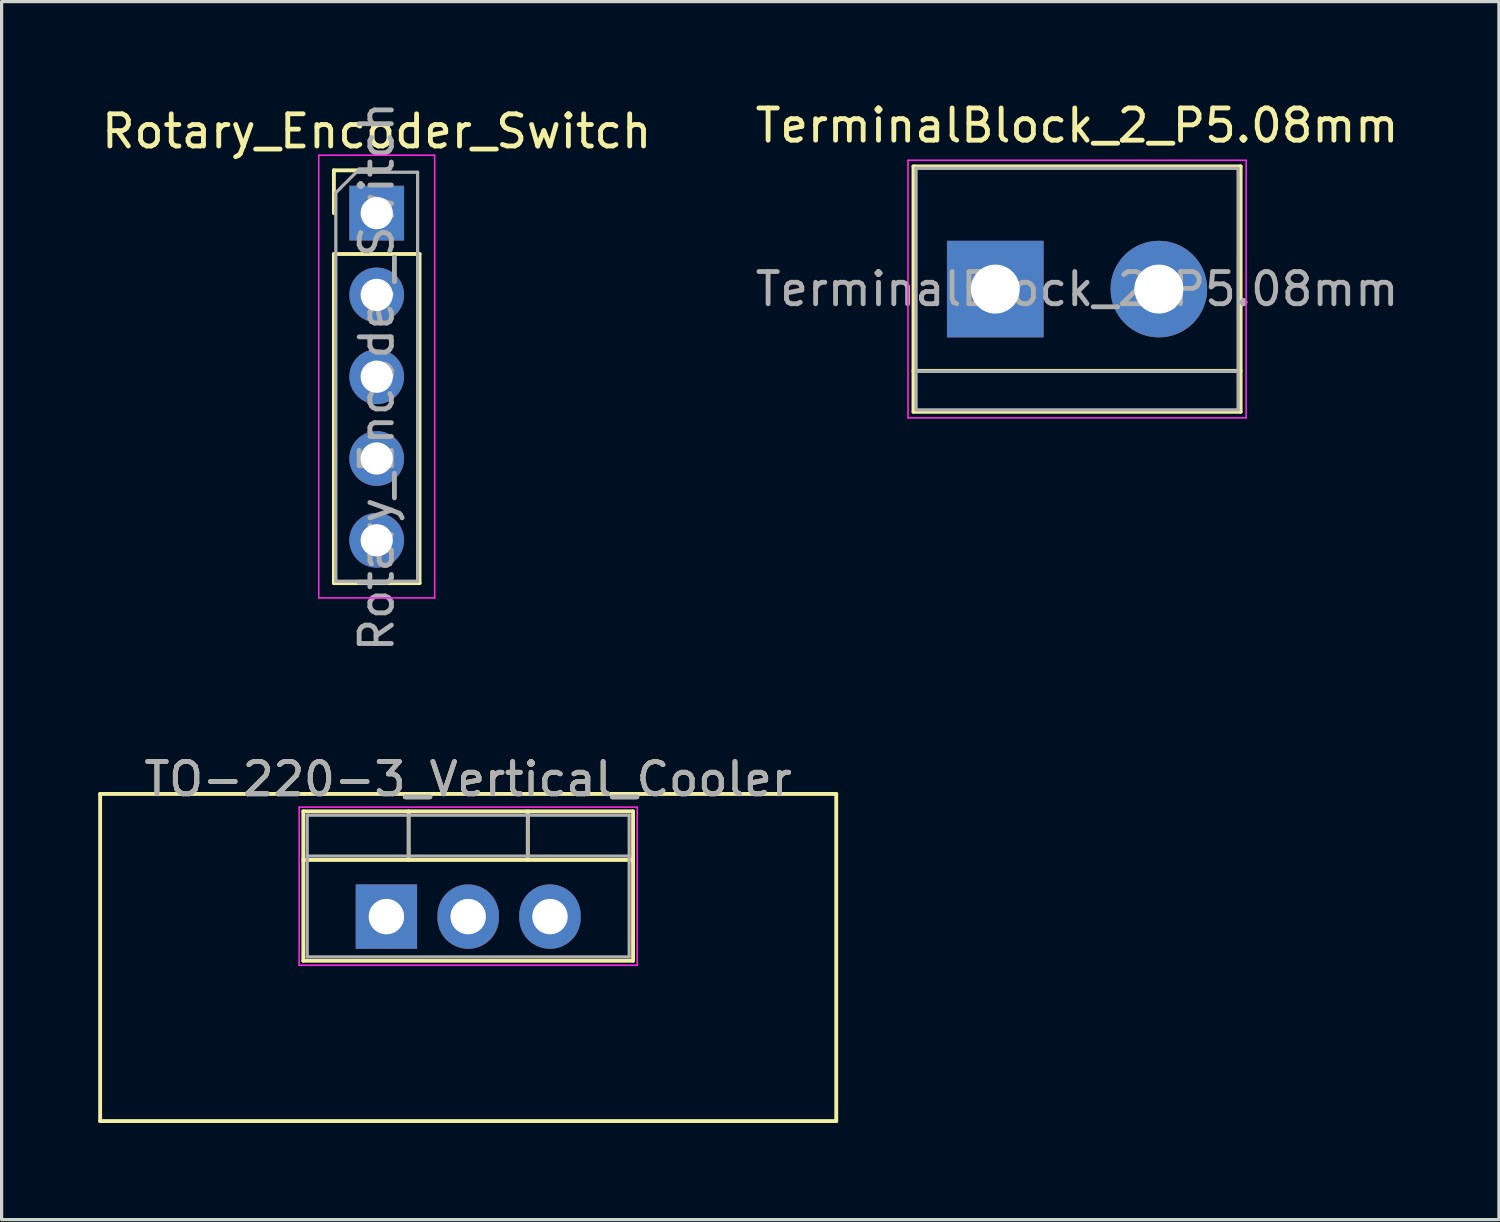
<source format=kicad_pcb>
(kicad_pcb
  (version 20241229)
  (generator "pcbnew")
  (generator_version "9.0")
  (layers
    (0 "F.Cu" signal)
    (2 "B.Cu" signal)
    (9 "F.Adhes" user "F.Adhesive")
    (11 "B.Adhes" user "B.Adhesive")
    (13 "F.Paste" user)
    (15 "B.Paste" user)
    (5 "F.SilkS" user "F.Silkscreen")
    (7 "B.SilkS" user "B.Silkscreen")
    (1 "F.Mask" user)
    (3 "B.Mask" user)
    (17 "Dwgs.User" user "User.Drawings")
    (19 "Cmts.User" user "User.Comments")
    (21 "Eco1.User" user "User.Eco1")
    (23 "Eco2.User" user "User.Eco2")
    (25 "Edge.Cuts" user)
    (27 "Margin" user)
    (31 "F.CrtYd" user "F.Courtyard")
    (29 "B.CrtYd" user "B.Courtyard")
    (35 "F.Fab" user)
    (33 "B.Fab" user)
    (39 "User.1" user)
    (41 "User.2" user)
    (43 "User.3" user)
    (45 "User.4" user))
  (footprint "Rotary_Encoder_Switch"
    (layer "F.Cu")
    (at 8.649 3.569)
    (property "Reference" "Rotary_Encoder_Switch" (at 0 -2.54 0) (layer "F.SilkS") (effects (font (size 1 1) (thickness 0.15))))
    (attr through_hole)
    (fp_line (start -1.33 -1.33) (end 0 -1.33) (stroke (width 0.12) (type solid)) (layer "F.SilkS"))
    (fp_line (start -1.33 0) (end -1.33 -1.33) (stroke (width 0.12) (type solid)) (layer "F.SilkS"))
    (fp_line (start -1.33 1.27) (end -1.33 11.49) (stroke (width 0.12) (type solid)) (layer "F.SilkS"))
    (fp_line (start -1.33 1.27) (end 1.33 1.27) (stroke (width 0.12) (type solid)) (layer "F.SilkS"))
    (fp_line (start -1.33 11.49) (end 1.33 11.49) (stroke (width 0.12) (type solid)) (layer "F.SilkS"))
    (fp_line (start 1.33 1.27) (end 1.33 11.49) (stroke (width 0.12) (type solid)) (layer "F.SilkS"))
    (fp_line (start -1.8 -1.8) (end -1.8 11.95) (stroke (width 0.05) (type solid)) (layer "F.CrtYd"))
    (fp_line (start -1.8 11.95) (end 1.8 11.95) (stroke (width 0.05) (type solid)) (layer "F.CrtYd"))
    (fp_line (start 1.8 -1.8) (end -1.8 -1.8) (stroke (width 0.05) (type solid)) (layer "F.CrtYd"))
    (fp_line (start 1.8 11.95) (end 1.8 -1.8) (stroke (width 0.05) (type solid)) (layer "F.CrtYd"))
    (fp_line (start -1.27 -0.635) (end -0.635 -1.27) (stroke (width 0.1) (type solid)) (layer "F.Fab"))
    (fp_line (start -1.27 11.43) (end -1.27 -0.635) (stroke (width 0.1) (type solid)) (layer "F.Fab"))
    (fp_line (start -0.635 -1.27) (end 1.27 -1.27) (stroke (width 0.1) (type solid)) (layer "F.Fab"))
    (fp_line (start 1.27 -1.27) (end 1.27 11.43) (stroke (width 0.1) (type solid)) (layer "F.Fab"))
    (fp_line (start 1.27 11.43) (end -1.27 11.43) (stroke (width 0.1) (type solid)) (layer "F.Fab"))
    (fp_text user "${REFERENCE}" (at 0 5.08 90) (layer "F.Fab") (effects (font (size 1 1) (thickness 0.15))))
    (pad "A" thru_hole rect (at 0 0) (size 1.7 1.7) (drill 1) (layers "*.Cu" "*.Mask"))
    (pad "B" thru_hole oval (at 0 2.54) (size 1.7 1.7) (drill 1) (layers "*.Cu" "*.Mask"))
    (pad "C" thru_hole oval (at 0 5.08) (size 1.7 1.7) (drill 1) (layers "*.Cu" "*.Mask"))
    (pad "S1" thru_hole oval (at 0 7.62) (size 1.7 1.7) (drill 1) (layers "*.Cu" "*.Mask"))
    (pad "S2" thru_hole oval (at 0 10.16) (size 1.7 1.7) (drill 1) (layers "*.Cu" "*.Mask")))
  (footprint "TerminalBlock_2_P5.08mm"
    (layer "F.Cu")
    (at 27.859 5.928)
    (property "Reference" "TerminalBlock_2_P5.08mm" (at 2.54 -5.08 0) (layer "F.SilkS") (effects (font (size 1 1) (thickness 0.15))))
    (attr through_hole)
    (fp_line (start -2.54 -3.81) (end -2.54 3.81) (stroke (width 0.12) (type solid)) (layer "F.SilkS"))
    (fp_line (start -2.54 3.81) (end 7.62 3.81) (stroke (width 0.12) (type solid)) (layer "F.SilkS"))
    (fp_line (start 7.62 -3.81) (end -2.54 -3.81) (stroke (width 0.12) (type solid)) (layer "F.SilkS"))
    (fp_line (start 7.62 2.54) (end -2.54 2.54) (stroke (width 0.12) (type solid)) (layer "F.SilkS"))
    (fp_line (start 7.62 3.81) (end 7.62 -3.81) (stroke (width 0.12) (type solid)) (layer "F.SilkS"))
    (fp_line (start -2.71 -4) (end -2.71 4) (stroke (width 0.05) (type solid)) (layer "F.CrtYd"))
    (fp_line (start -2.71 -4) (end 7.79 -4) (stroke (width 0.05) (type solid)) (layer "F.CrtYd"))
    (fp_line (start 7.79 4) (end -2.71 4) (stroke (width 0.05) (type solid)) (layer "F.CrtYd"))
    (fp_line (start 7.79 4) (end 7.79 -4) (stroke (width 0.05) (type solid)) (layer "F.CrtYd"))
    (fp_line (start -2.46 -3.75) (end -2.46 3.75) (stroke (width 0.1) (type solid)) (layer "F.Fab"))
    (fp_line (start -2.46 3.75) (end 7.54 3.75) (stroke (width 0.1) (type solid)) (layer "F.Fab"))
    (fp_line (start -2.41 2.55) (end 7.49 2.55) (stroke (width 0.1) (type solid)) (layer "F.Fab"))
    (fp_line (start 7.54 -3.75) (end -2.46 -3.75) (stroke (width 0.1) (type solid)) (layer "F.Fab"))
    (fp_line (start 7.54 3.75) (end 7.54 -3.75) (stroke (width 0.1) (type solid)) (layer "F.Fab"))
    (fp_text user "${REFERENCE}" (at 2.54 0 0) (layer "F.Fab") (effects (font (size 1 1) (thickness 0.15))))
    (pad "1" thru_hole rect (at 0 0) (size 3 3) (drill 1.52) (layers "*.Cu" "*.Mask"))
    (pad "2" thru_hole circle (at 5.08 0) (size 3 3) (drill 1.52) (layers "*.Cu" "*.Mask")))
  (footprint "TO-220-3_Vertical_Cooler"
    (layer "F.Cu")
    (at 8.95 25.416)
    (property "Reference" "TO-220-3_Vertical_Cooler" (at 2.54 -4.27 0) (layer "F.SilkS") (effects (font (size 1 1) (thickness 0.15))))
    (attr through_hole)
    (fp_line (start -8.89 -3.81) (end -2.54 -3.81) (stroke (width 0.12) (type solid)) (layer "F.SilkS"))
    (fp_line (start -8.89 6.35) (end -8.89 -3.81) (stroke (width 0.12) (type solid)) (layer "F.SilkS"))
    (fp_line (start -2.58 -3.27) (end -2.58 1.371) (stroke (width 0.12) (type solid)) (layer "F.SilkS"))
    (fp_line (start -2.58 -3.27) (end 7.66 -3.27) (stroke (width 0.12) (type solid)) (layer "F.SilkS"))
    (fp_line (start -2.58 -1.76) (end 7.66 -1.76) (stroke (width 0.12) (type solid)) (layer "F.SilkS"))
    (fp_line (start -2.58 1.371) (end 7.66 1.371) (stroke (width 0.12) (type solid)) (layer "F.SilkS"))
    (fp_line (start -2.54 -3.81) (end 13.97 -3.81) (stroke (width 0.12) (type solid)) (layer "F.SilkS"))
    (fp_line (start 0.69 -3.27) (end 0.69 -1.76) (stroke (width 0.12) (type solid)) (layer "F.SilkS"))
    (fp_line (start 4.391 -3.27) (end 4.391 -1.76) (stroke (width 0.12) (type solid)) (layer "F.SilkS"))
    (fp_line (start 7.66 -3.27) (end 7.66 1.371) (stroke (width 0.12) (type solid)) (layer "F.SilkS"))
    (fp_line (start 13.97 -3.81) (end 13.97 6.35) (stroke (width 0.12) (type solid)) (layer "F.SilkS"))
    (fp_line (start 13.97 6.35) (end -8.89 6.35) (stroke (width 0.12) (type solid)) (layer "F.SilkS"))
    (fp_line (start -2.71 -3.4) (end -2.71 1.51) (stroke (width 0.05) (type solid)) (layer "F.CrtYd"))
    (fp_line (start -2.71 1.51) (end 7.79 1.51) (stroke (width 0.05) (type solid)) (layer "F.CrtYd"))
    (fp_line (start 7.79 -3.4) (end -2.71 -3.4) (stroke (width 0.05) (type solid)) (layer "F.CrtYd"))
    (fp_line (start 7.79 1.51) (end 7.79 -3.4) (stroke (width 0.05) (type solid)) (layer "F.CrtYd"))
    (fp_line (start -2.46 -3.15) (end -2.46 1.25) (stroke (width 0.1) (type solid)) (layer "F.Fab"))
    (fp_line (start -2.46 -1.88) (end 7.54 -1.88) (stroke (width 0.1) (type solid)) (layer "F.Fab"))
    (fp_line (start -2.46 1.25) (end 7.54 1.25) (stroke (width 0.1) (type solid)) (layer "F.Fab"))
    (fp_line (start 0.69 -3.15) (end 0.69 -1.88) (stroke (width 0.1) (type solid)) (layer "F.Fab"))
    (fp_line (start 4.39 -3.15) (end 4.39 -1.88) (stroke (width 0.1) (type solid)) (layer "F.Fab"))
    (fp_line (start 7.54 -3.15) (end -2.46 -3.15) (stroke (width 0.1) (type solid)) (layer "F.Fab"))
    (fp_line (start 7.54 1.25) (end 7.54 -3.15) (stroke (width 0.1) (type solid)) (layer "F.Fab"))
    (fp_text user "${REFERENCE}" (at 2.54 -4.27 0) (layer "F.Fab") (effects (font (size 1 1) (thickness 0.15))))
    (pad "1" thru_hole rect (at 0 0) (size 1.905 2) (drill 1.1) (layers "*.Cu" "*.Mask"))
    (pad "2" thru_hole oval (at 2.54 0) (size 1.905 2) (drill 1.1) (layers "*.Cu" "*.Mask"))
    (pad "3" thru_hole oval (at 5.08 0) (size 1.905 2) (drill 1.1) (layers "*.Cu" "*.Mask")))
  (gr_rect
    (start -3 -3)
    (end 43.5 34.826)
    (stroke (width 0.1) (type default))
    (fill no)
    (layer "Edge.Cuts")))
</source>
